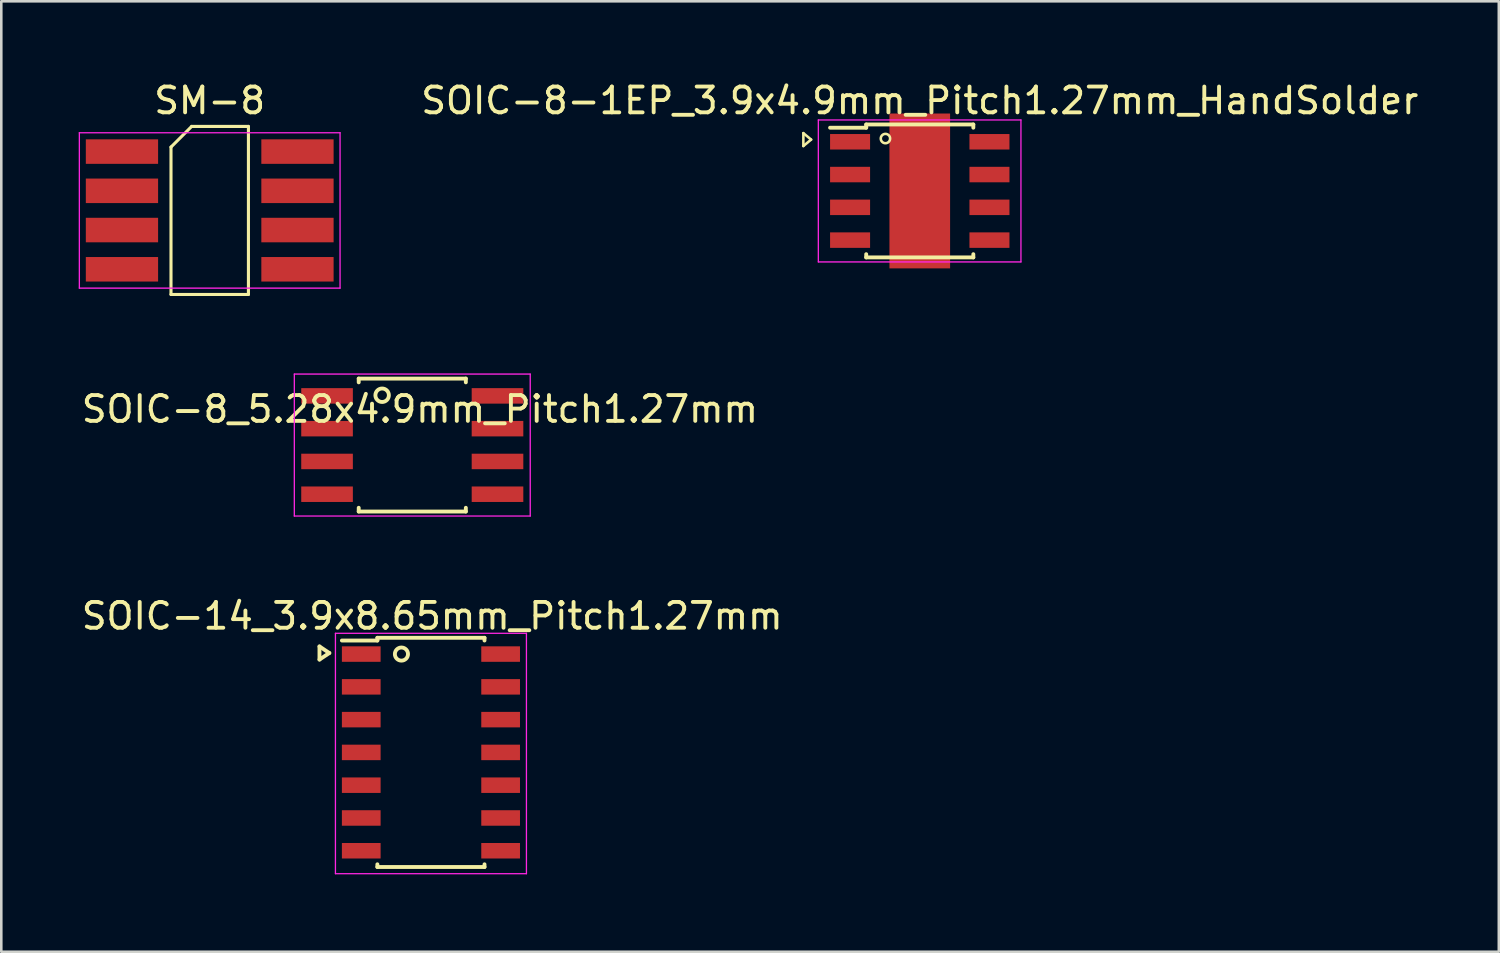
<source format=kicad_pcb>
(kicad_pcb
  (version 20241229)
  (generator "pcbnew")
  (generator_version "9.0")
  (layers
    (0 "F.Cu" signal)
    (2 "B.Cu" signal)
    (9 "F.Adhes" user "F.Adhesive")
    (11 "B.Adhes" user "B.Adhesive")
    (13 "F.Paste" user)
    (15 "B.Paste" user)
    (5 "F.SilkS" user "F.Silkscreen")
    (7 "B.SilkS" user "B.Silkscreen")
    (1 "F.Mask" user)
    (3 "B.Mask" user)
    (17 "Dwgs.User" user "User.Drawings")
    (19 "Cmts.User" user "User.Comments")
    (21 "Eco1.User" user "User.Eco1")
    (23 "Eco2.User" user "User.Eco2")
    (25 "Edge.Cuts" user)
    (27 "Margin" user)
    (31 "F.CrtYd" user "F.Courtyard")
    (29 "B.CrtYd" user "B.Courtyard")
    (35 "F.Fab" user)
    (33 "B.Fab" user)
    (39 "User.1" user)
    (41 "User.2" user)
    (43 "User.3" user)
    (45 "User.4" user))
  (footprint "SOIC-8-1EP_3.9x4.9mm_Pitch1.27mm_HandSolder"
    (layer "F.Cu")
    (at 32.585 4.348)
    (property "Reference" "SOIC-8-1EP_3.9x4.9mm_Pitch1.27mm_HandSolder" (at 0 -3.5 0) (layer "F.SilkS") (effects (font (size 1 1) (thickness 0.15))))
    (attr smd)
    (fp_line (start -4.51 -2.24) (end -4.51 -1.74) (stroke (width 0.1) (type solid)) (layer "F.SilkS"))
    (fp_line (start -4.51 -1.74) (end -4.21 -1.99) (stroke (width 0.1) (type solid)) (layer "F.SilkS"))
    (fp_line (start -4.21 -1.99) (end -4.51 -2.24) (stroke (width 0.1) (type solid)) (layer "F.SilkS"))
    (fp_line (start -2.075 -2.575) (end -2.075 -2.45) (stroke (width 0.15) (type solid)) (layer "F.SilkS"))
    (fp_line (start -2.075 -2.575) (end 2.075 -2.575) (stroke (width 0.15) (type solid)) (layer "F.SilkS"))
    (fp_line (start -2.075 -2.45) (end -3.475 -2.45) (stroke (width 0.15) (type solid)) (layer "F.SilkS"))
    (fp_line (start -2.075 2.575) (end -2.075 2.45) (stroke (width 0.15) (type solid)) (layer "F.SilkS"))
    (fp_line (start -2.075 2.575) (end 2.075 2.575) (stroke (width 0.15) (type solid)) (layer "F.SilkS"))
    (fp_line (start 2.075 -2.575) (end 2.075 -2.45) (stroke (width 0.15) (type solid)) (layer "F.SilkS"))
    (fp_line (start 2.075 2.575) (end 2.075 2.45) (stroke (width 0.15) (type solid)) (layer "F.SilkS"))
    (fp_circle (center -1.33 -2.03) (end -1.31 -2.21) (stroke (width 0.1) (type solid)) (fill no) (layer "F.SilkS"))
    (fp_line (start -3.93 -2.75) (end -3.93 2.75) (stroke (width 0.05) (type solid)) (layer "F.CrtYd"))
    (fp_line (start -3.93 -2.75) (end 3.92 -2.75) (stroke (width 0.05) (type solid)) (layer "F.CrtYd"))
    (fp_line (start -3.93 2.75) (end 3.92 2.75) (stroke (width 0.05) (type solid)) (layer "F.CrtYd"))
    (fp_line (start 3.92 -2.75) (end 3.92 2.75) (stroke (width 0.05) (type solid)) (layer "F.CrtYd"))
    (pad "1" smd rect (at -2.7 -1.905) (size 1.55 0.6) (layers "F.Cu" "F.Mask" "F.Paste"))
    (pad "2" smd rect (at -2.7 -0.635) (size 1.55 0.6) (layers "F.Cu" "F.Mask" "F.Paste"))
    (pad "3" smd rect (at -2.7 0.635) (size 1.55 0.6) (layers "F.Cu" "F.Mask" "F.Paste"))
    (pad "4" smd rect (at -2.7 1.905) (size 1.55 0.6) (layers "F.Cu" "F.Mask" "F.Paste"))
    (pad "5" smd rect (at 2.7 1.905) (size 1.55 0.6) (layers "F.Cu" "F.Mask" "F.Paste"))
    (pad "6" smd rect (at 2.7 0.635) (size 1.55 0.6) (layers "F.Cu" "F.Mask" "F.Paste"))
    (pad "7" smd rect (at 2.7 -0.635) (size 1.55 0.6) (layers "F.Cu" "F.Mask" "F.Paste"))
    (pad "8" smd rect (at 2.7 -1.905) (size 1.55 0.6) (layers "F.Cu" "F.Mask" "F.Paste"))
    (pad "9" smd rect (at 0 0) (size 2.35 6) (layers "F.Cu" "F.Mask" "F.Paste")))
  (footprint "SM-8"
    (layer "F.Cu")
    (at 5.138 5.103)
    (property "Reference" "SM-8" (at -0.064 -4.255 0) (layer "F.SilkS") (effects (font (size 1 1) (thickness 0.15))))
    (attr smd)
    (fp_line (start -1.563 -2.455) (end -0.763 -3.255) (stroke (width 0.12) (type solid)) (layer "F.SilkS"))
    (fp_line (start -1.563 3.255) (end -1.563 -2.455) (stroke (width 0.12) (type solid)) (layer "F.SilkS"))
    (fp_line (start -0.763 -3.255) (end 1.437 -3.255) (stroke (width 0.12) (type solid)) (layer "F.SilkS"))
    (fp_line (start 1.437 -3.255) (end 1.437 3.255) (stroke (width 0.12) (type solid)) (layer "F.SilkS"))
    (fp_line (start 1.437 3.255) (end -1.563 3.255) (stroke (width 0.12) (type solid)) (layer "F.SilkS"))
    (fp_line (start -5.114 -3.01) (end 4.987 -3.01) (stroke (width 0.05) (type solid)) (layer "F.CrtYd"))
    (fp_line (start -5.114 3.01) (end -5.114 -3.01) (stroke (width 0.05) (type solid)) (layer "F.CrtYd"))
    (fp_line (start 4.987 -3.01) (end 4.987 3.01) (stroke (width 0.05) (type solid)) (layer "F.CrtYd"))
    (fp_line (start 4.987 3.01) (end -5.114 3.01) (stroke (width 0.05) (type solid)) (layer "F.CrtYd"))
    (pad "1" smd rect (at -3.463 -2.28 270) (size 0.95 2.8) (layers "F.Cu" "F.Mask" "F.Paste"))
    (pad "2" smd rect (at -3.463 -0.76 270) (size 0.95 2.8) (layers "F.Cu" "F.Mask" "F.Paste"))
    (pad "3" smd rect (at -3.463 0.76 270) (size 0.95 2.8) (layers "F.Cu" "F.Mask" "F.Paste"))
    (pad "4" smd rect (at -3.463 2.28 270) (size 0.95 2.8) (layers "F.Cu" "F.Mask" "F.Paste"))
    (pad "5" smd rect (at 3.337 2.28 270) (size 0.95 2.8) (layers "F.Cu" "F.Mask" "F.Paste"))
    (pad "6" smd rect (at 3.337 0.76 270) (size 0.95 2.8) (layers "F.Cu" "F.Mask" "F.Paste"))
    (pad "7" smd rect (at 3.337 -0.76 270) (size 0.95 2.8) (layers "F.Cu" "F.Mask" "F.Paste"))
    (pad "8" smd rect (at 3.337 -2.28 270) (size 0.95 2.8) (layers "F.Cu" "F.Mask" "F.Paste")))
  (footprint "SOIC-14_3.9x8.65mm_Pitch1.27mm"
    (layer "F.Cu")
    (at 13.656 26.108)
    (property "Reference" "SOIC-14_3.9x8.65mm_Pitch1.27mm" (at 0.04 -5.292 0) (layer "F.SilkS") (effects (font (size 1 1) (thickness 0.15))))
    (attr smd)
    (fp_line (start -4.328 -4.112) (end -3.947 -3.858) (stroke (width 0.15) (type solid)) (layer "F.SilkS"))
    (fp_line (start -4.328 -3.604) (end -4.328 -4.112) (stroke (width 0.15) (type solid)) (layer "F.SilkS"))
    (fp_line (start -3.947 -3.858) (end -4.328 -3.604) (stroke (width 0.15) (type solid)) (layer "F.SilkS"))
    (fp_line (start -2.085 -4.447) (end -2.085 -4.342) (stroke (width 0.15) (type solid)) (layer "F.SilkS"))
    (fp_line (start -2.085 -4.447) (end 2.065 -4.447) (stroke (width 0.15) (type solid)) (layer "F.SilkS"))
    (fp_line (start -2.085 -4.342) (end -3.46 -4.342) (stroke (width 0.15) (type solid)) (layer "F.SilkS"))
    (fp_line (start -2.085 4.433) (end -2.085 4.328) (stroke (width 0.15) (type solid)) (layer "F.SilkS"))
    (fp_line (start -2.085 4.433) (end 2.065 4.433) (stroke (width 0.15) (type solid)) (layer "F.SilkS"))
    (fp_line (start 2.065 -4.447) (end 2.065 -4.342) (stroke (width 0.15) (type solid)) (layer "F.SilkS"))
    (fp_line (start 2.065 4.433) (end 2.065 4.328) (stroke (width 0.15) (type solid)) (layer "F.SilkS"))
    (fp_circle (center -1.153 -3.817) (end -1.153 -4.071) (stroke (width 0.15) (type solid)) (fill no) (layer "F.SilkS"))
    (fp_line (start -3.71 -4.622) (end -3.71 4.692) (stroke (width 0.05) (type solid)) (layer "F.CrtYd"))
    (fp_line (start -3.71 -4.622) (end 3.69 -4.622) (stroke (width 0.05) (type solid)) (layer "F.CrtYd"))
    (fp_line (start -3.71 4.692) (end 3.69 4.692) (stroke (width 0.05) (type solid)) (layer "F.CrtYd"))
    (fp_line (start 3.69 -4.622) (end 3.69 4.692) (stroke (width 0.05) (type solid)) (layer "F.CrtYd"))
    (pad "1" smd rect (at -2.71 -3.817) (size 1.5 0.6) (layers "F.Cu" "F.Mask" "F.Paste"))
    (pad "2" smd rect (at -2.71 -2.547) (size 1.5 0.6) (layers "F.Cu" "F.Mask" "F.Paste"))
    (pad "3" smd rect (at -2.71 -1.277) (size 1.5 0.6) (layers "F.Cu" "F.Mask" "F.Paste"))
    (pad "4" smd rect (at -2.71 -0.007) (size 1.5 0.6) (layers "F.Cu" "F.Mask" "F.Paste"))
    (pad "5" smd rect (at -2.71 1.263) (size 1.5 0.6) (layers "F.Cu" "F.Mask" "F.Paste"))
    (pad "6" smd rect (at -2.71 2.533) (size 1.5 0.6) (layers "F.Cu" "F.Mask" "F.Paste"))
    (pad "7" smd rect (at -2.71 3.803) (size 1.5 0.6) (layers "F.Cu" "F.Mask" "F.Paste"))
    (pad "8" smd rect (at 2.69 3.803) (size 1.5 0.6) (layers "F.Cu" "F.Mask" "F.Paste"))
    (pad "9" smd rect (at 2.69 2.533) (size 1.5 0.6) (layers "F.Cu" "F.Mask" "F.Paste"))
    (pad "10" smd rect (at 2.69 1.263) (size 1.5 0.6) (layers "F.Cu" "F.Mask" "F.Paste"))
    (pad "11" smd rect (at 2.69 -0.007) (size 1.5 0.6) (layers "F.Cu" "F.Mask" "F.Paste"))
    (pad "12" smd rect (at 2.69 -1.277) (size 1.5 0.6) (layers "F.Cu" "F.Mask" "F.Paste"))
    (pad "13" smd rect (at 2.69 -2.547) (size 1.5 0.6) (layers "F.Cu" "F.Mask" "F.Paste"))
    (pad "14" smd rect (at 2.69 -3.817) (size 1.5 0.6) (layers "F.Cu" "F.Mask" "F.Paste")))
  (footprint "SOIC-8_5.28x4.9mm_Pitch1.27mm"
    (layer "F.Cu")
    (at 12.923 14.193)
    (property "Reference" "SOIC-8_5.28x4.9mm_Pitch1.27mm" (at 0.297 -1.392 0) (layer "F.SilkS") (effects (font (size 1 1) (thickness 0.15))))
    (attr smd)
    (fp_line (start -2.075 -2.575) (end -2.075 -2.43) (stroke (width 0.15) (type solid)) (layer "F.SilkS"))
    (fp_line (start -2.075 -2.575) (end 2.075 -2.575) (stroke (width 0.15) (type solid)) (layer "F.SilkS"))
    (fp_line (start -2.075 2.575) (end -2.075 2.43) (stroke (width 0.15) (type solid)) (layer "F.SilkS"))
    (fp_line (start -2.075 2.575) (end 2.075 2.575) (stroke (width 0.15) (type solid)) (layer "F.SilkS"))
    (fp_line (start 2.075 -2.575) (end 2.075 -2.43) (stroke (width 0.15) (type solid)) (layer "F.SilkS"))
    (fp_line (start 2.075 2.575) (end 2.075 2.43) (stroke (width 0.15) (type solid)) (layer "F.SilkS"))
    (fp_circle (center -1.168 -1.93) (end -0.94 -1.803) (stroke (width 0.15) (type solid)) (fill no) (layer "F.SilkS"))
    (fp_line (start -4.57 -2.75) (end -4.57 2.75) (stroke (width 0.05) (type solid)) (layer "F.CrtYd"))
    (fp_line (start -4.57 -2.75) (end 4.57 -2.75) (stroke (width 0.05) (type solid)) (layer "F.CrtYd"))
    (fp_line (start -4.57 2.75) (end 4.57 2.75) (stroke (width 0.05) (type solid)) (layer "F.CrtYd"))
    (fp_line (start 4.57 -2.75) (end 4.57 2.75) (stroke (width 0.05) (type solid)) (layer "F.CrtYd"))
    (pad "1" smd rect (at -3.302 -1.905) (size 2 0.6) (layers "F.Cu" "F.Mask" "F.Paste"))
    (pad "2" smd rect (at -3.302 -0.635) (size 2 0.6) (layers "F.Cu" "F.Mask" "F.Paste"))
    (pad "3" smd rect (at -3.302 0.635) (size 2 0.6) (layers "F.Cu" "F.Mask" "F.Paste"))
    (pad "4" smd rect (at -3.302 1.905) (size 2 0.6) (layers "F.Cu" "F.Mask" "F.Paste"))
    (pad "5" smd rect (at 3.302 1.905) (size 2 0.6) (layers "F.Cu" "F.Mask" "F.Paste"))
    (pad "6" smd rect (at 3.302 0.635) (size 2 0.6) (layers "F.Cu" "F.Mask" "F.Paste"))
    (pad "7" smd rect (at 3.302 -0.635) (size 2 0.6) (layers "F.Cu" "F.Mask" "F.Paste"))
    (pad "8" smd rect (at 3.302 -1.905) (size 2 0.6) (layers "F.Cu" "F.Mask" "F.Paste")))
  (gr_rect
    (start -3 -3)
    (end 55.019 33.825)
    (stroke (width 0.1) (type default))
    (fill no)
    (layer "Edge.Cuts")))
</source>
